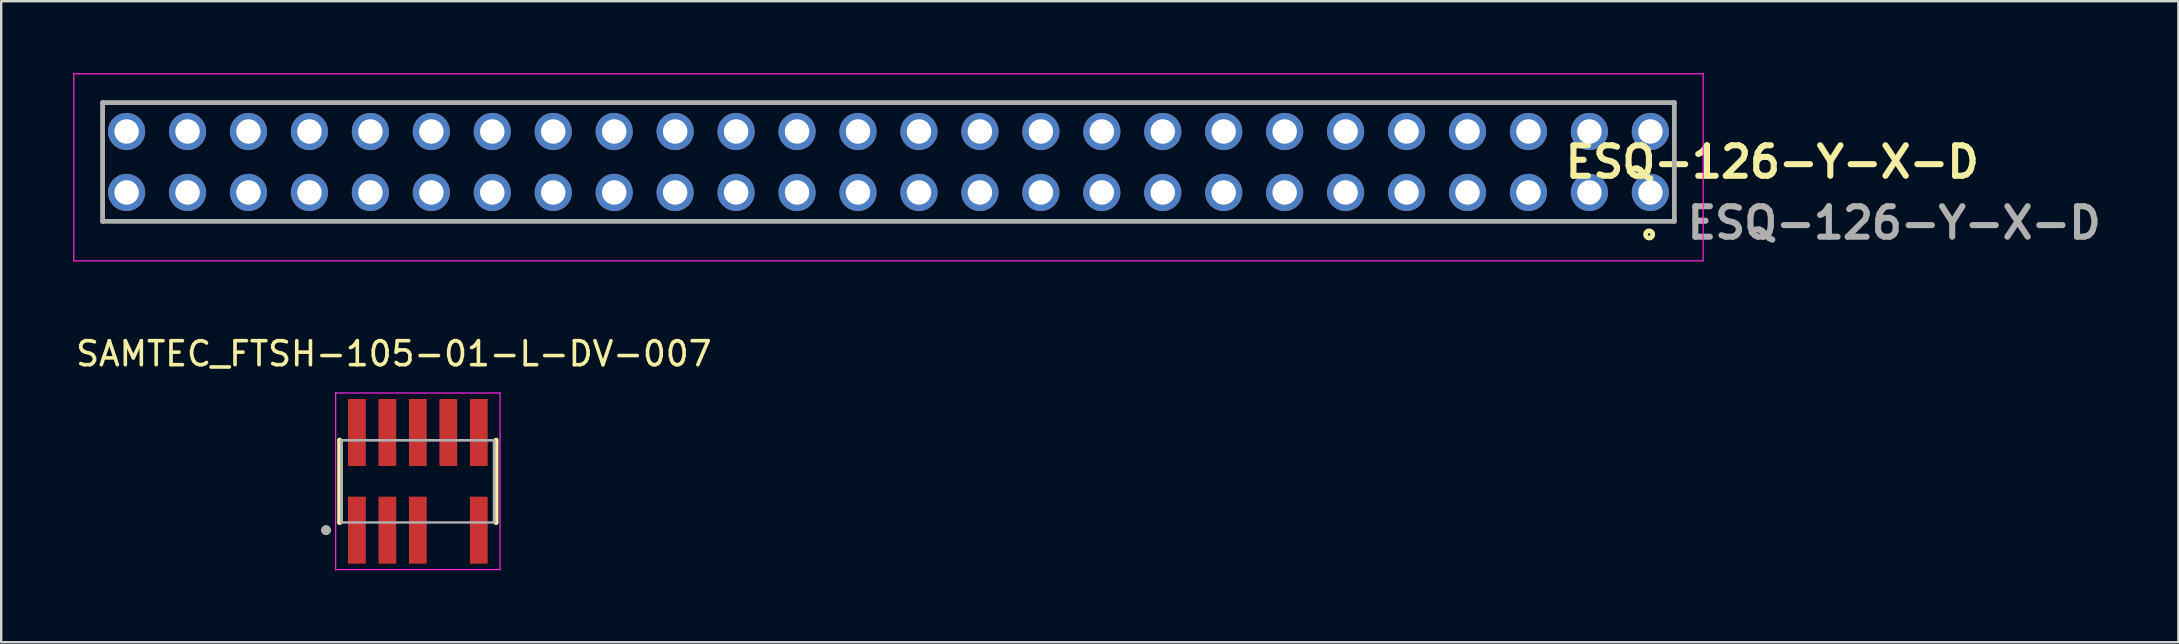
<source format=kicad_pcb>
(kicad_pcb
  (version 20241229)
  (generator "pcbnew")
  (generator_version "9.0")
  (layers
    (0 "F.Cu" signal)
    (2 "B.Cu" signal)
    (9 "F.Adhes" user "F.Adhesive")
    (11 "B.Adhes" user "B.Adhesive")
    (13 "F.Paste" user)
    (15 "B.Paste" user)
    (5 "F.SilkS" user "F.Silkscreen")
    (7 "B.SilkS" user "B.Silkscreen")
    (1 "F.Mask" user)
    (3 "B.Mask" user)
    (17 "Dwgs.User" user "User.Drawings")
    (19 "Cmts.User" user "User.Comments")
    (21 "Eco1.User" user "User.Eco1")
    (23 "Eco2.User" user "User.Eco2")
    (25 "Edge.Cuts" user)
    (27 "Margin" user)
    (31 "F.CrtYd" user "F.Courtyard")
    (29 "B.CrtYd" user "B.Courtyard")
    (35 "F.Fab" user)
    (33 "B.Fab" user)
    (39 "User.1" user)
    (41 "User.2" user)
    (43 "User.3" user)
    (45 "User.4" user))
  (footprint "ESQ-126-Y-X-D"
    (layer "F.Cu")
    (at 65.725 4.97)
    (property "Reference" "ESQ-126-Y-X-D" (at 5.08 -1.27 0) (layer "F.SilkS") (effects (font (size 1.27 1.27) (thickness 0.254))))
    (attr through_hole)
    (fp_line (start -64.5 -3.745) (end 1 -3.745) (stroke (width 0.1) (type solid)) (layer "F.SilkS"))
    (fp_line (start -64.5 1.205) (end -64.5 -3.745) (stroke (width 0.1) (type solid)) (layer "F.SilkS"))
    (fp_line (start 1 -3.745) (end 1 1.205) (stroke (width 0.1) (type solid)) (layer "F.SilkS"))
    (fp_line (start 1 1.205) (end -64.5 1.205) (stroke (width 0.1) (type solid)) (layer "F.SilkS"))
    (fp_circle (center -0.05 1.75) (end -0.05 1.8) (stroke (width 0.2) (type solid)) (fill no) (layer "F.SilkS"))
    (fp_line (start -65.7 -4.945) (end 2.2 -4.945) (stroke (width 0.05) (type solid)) (layer "F.CrtYd"))
    (fp_line (start -65.7 2.85) (end -65.7 -4.945) (stroke (width 0.05) (type solid)) (layer "F.CrtYd"))
    (fp_line (start 2.2 -4.945) (end 2.2 2.85) (stroke (width 0.05) (type solid)) (layer "F.CrtYd"))
    (fp_line (start 2.2 2.85) (end -65.7 2.85) (stroke (width 0.05) (type solid)) (layer "F.CrtYd"))
    (fp_line (start -64.5 -3.745) (end 1 -3.745) (stroke (width 0.2) (type solid)) (layer "F.Fab"))
    (fp_line (start -64.5 1.205) (end -64.5 -3.745) (stroke (width 0.2) (type solid)) (layer "F.Fab"))
    (fp_line (start 1 -3.745) (end 1 1.205) (stroke (width 0.2) (type solid)) (layer "F.Fab"))
    (fp_line (start 1 1.205) (end -64.5 1.205) (stroke (width 0.2) (type solid)) (layer "F.Fab"))
    (fp_text user "${REFERENCE}" (at 10.16 1.27 0) (layer "F.Fab") (effects (font (size 1.27 1.27) (thickness 0.254))))
    (pad "1" thru_hole circle (at 0 0) (size 1.55 1.55) (drill 1.02) (layers "*.Cu" "*.Mask"))
    (pad "2" thru_hole circle (at 0 -2.54) (size 1.55 1.55) (drill 1.02) (layers "*.Cu" "*.Mask"))
    (pad "3" thru_hole circle (at -2.54 0) (size 1.55 1.55) (drill 1.02) (layers "*.Cu" "*.Mask"))
    (pad "4" thru_hole circle (at -2.54 -2.54) (size 1.55 1.55) (drill 1.02) (layers "*.Cu" "*.Mask"))
    (pad "5" thru_hole circle (at -5.08 0) (size 1.55 1.55) (drill 1.02) (layers "*.Cu" "*.Mask"))
    (pad "6" thru_hole circle (at -5.08 -2.54) (size 1.55 1.55) (drill 1.02) (layers "*.Cu" "*.Mask"))
    (pad "7" thru_hole circle (at -7.62 0) (size 1.55 1.55) (drill 1.02) (layers "*.Cu" "*.Mask"))
    (pad "8" thru_hole circle (at -7.62 -2.54) (size 1.55 1.55) (drill 1.02) (layers "*.Cu" "*.Mask"))
    (pad "9" thru_hole circle (at -10.16 0) (size 1.55 1.55) (drill 1.02) (layers "*.Cu" "*.Mask"))
    (pad "10" thru_hole circle (at -10.16 -2.54) (size 1.55 1.55) (drill 1.02) (layers "*.Cu" "*.Mask"))
    (pad "11" thru_hole circle (at -12.7 0) (size 1.55 1.55) (drill 1.02) (layers "*.Cu" "*.Mask"))
    (pad "12" thru_hole circle (at -12.7 -2.54) (size 1.55 1.55) (drill 1.02) (layers "*.Cu" "*.Mask"))
    (pad "13" thru_hole circle (at -15.24 0) (size 1.55 1.55) (drill 1.02) (layers "*.Cu" "*.Mask"))
    (pad "14" thru_hole circle (at -15.24 -2.54) (size 1.55 1.55) (drill 1.02) (layers "*.Cu" "*.Mask"))
    (pad "15" thru_hole circle (at -17.78 0) (size 1.55 1.55) (drill 1.02) (layers "*.Cu" "*.Mask"))
    (pad "16" thru_hole circle (at -17.78 -2.54) (size 1.55 1.55) (drill 1.02) (layers "*.Cu" "*.Mask"))
    (pad "17" thru_hole circle (at -20.32 0) (size 1.55 1.55) (drill 1.02) (layers "*.Cu" "*.Mask"))
    (pad "18" thru_hole circle (at -20.32 -2.54) (size 1.55 1.55) (drill 1.02) (layers "*.Cu" "*.Mask"))
    (pad "19" thru_hole circle (at -22.86 0) (size 1.55 1.55) (drill 1.02) (layers "*.Cu" "*.Mask"))
    (pad "20" thru_hole circle (at -22.86 -2.54) (size 1.55 1.55) (drill 1.02) (layers "*.Cu" "*.Mask"))
    (pad "21" thru_hole circle (at -25.4 0) (size 1.55 1.55) (drill 1.02) (layers "*.Cu" "*.Mask"))
    (pad "22" thru_hole circle (at -25.4 -2.54) (size 1.55 1.55) (drill 1.02) (layers "*.Cu" "*.Mask"))
    (pad "23" thru_hole circle (at -27.94 0) (size 1.55 1.55) (drill 1.02) (layers "*.Cu" "*.Mask"))
    (pad "24" thru_hole circle (at -27.94 -2.54) (size 1.55 1.55) (drill 1.02) (layers "*.Cu" "*.Mask"))
    (pad "25" thru_hole circle (at -30.48 0) (size 1.55 1.55) (drill 1.02) (layers "*.Cu" "*.Mask"))
    (pad "26" thru_hole circle (at -30.48 -2.54) (size 1.55 1.55) (drill 1.02) (layers "*.Cu" "*.Mask"))
    (pad "27" thru_hole circle (at -33.02 0) (size 1.55 1.55) (drill 1.02) (layers "*.Cu" "*.Mask"))
    (pad "28" thru_hole circle (at -33.02 -2.54) (size 1.55 1.55) (drill 1.02) (layers "*.Cu" "*.Mask"))
    (pad "29" thru_hole circle (at -35.56 0) (size 1.55 1.55) (drill 1.02) (layers "*.Cu" "*.Mask"))
    (pad "30" thru_hole circle (at -35.56 -2.54) (size 1.55 1.55) (drill 1.02) (layers "*.Cu" "*.Mask"))
    (pad "31" thru_hole circle (at -38.1 0) (size 1.55 1.55) (drill 1.02) (layers "*.Cu" "*.Mask"))
    (pad "32" thru_hole circle (at -38.1 -2.54) (size 1.55 1.55) (drill 1.02) (layers "*.Cu" "*.Mask"))
    (pad "33" thru_hole circle (at -40.64 0) (size 1.55 1.55) (drill 1.02) (layers "*.Cu" "*.Mask"))
    (pad "34" thru_hole circle (at -40.64 -2.54) (size 1.55 1.55) (drill 1.02) (layers "*.Cu" "*.Mask"))
    (pad "35" thru_hole circle (at -43.18 0) (size 1.55 1.55) (drill 1.02) (layers "*.Cu" "*.Mask"))
    (pad "36" thru_hole circle (at -43.18 -2.54) (size 1.55 1.55) (drill 1.02) (layers "*.Cu" "*.Mask"))
    (pad "37" thru_hole circle (at -45.72 0) (size 1.55 1.55) (drill 1.02) (layers "*.Cu" "*.Mask"))
    (pad "38" thru_hole circle (at -45.72 -2.54) (size 1.55 1.55) (drill 1.02) (layers "*.Cu" "*.Mask"))
    (pad "39" thru_hole circle (at -48.26 0) (size 1.55 1.55) (drill 1.02) (layers "*.Cu" "*.Mask"))
    (pad "40" thru_hole circle (at -48.26 -2.54) (size 1.55 1.55) (drill 1.02) (layers "*.Cu" "*.Mask"))
    (pad "41" thru_hole circle (at -50.8 0) (size 1.55 1.55) (drill 1.02) (layers "*.Cu" "*.Mask"))
    (pad "42" thru_hole circle (at -50.8 -2.54) (size 1.55 1.55) (drill 1.02) (layers "*.Cu" "*.Mask"))
    (pad "43" thru_hole circle (at -53.34 0) (size 1.55 1.55) (drill 1.02) (layers "*.Cu" "*.Mask"))
    (pad "44" thru_hole circle (at -53.34 -2.54) (size 1.55 1.55) (drill 1.02) (layers "*.Cu" "*.Mask"))
    (pad "45" thru_hole circle (at -55.88 0) (size 1.55 1.55) (drill 1.02) (layers "*.Cu" "*.Mask"))
    (pad "46" thru_hole circle (at -55.88 -2.54) (size 1.55 1.55) (drill 1.02) (layers "*.Cu" "*.Mask"))
    (pad "47" thru_hole circle (at -58.42 0) (size 1.55 1.55) (drill 1.02) (layers "*.Cu" "*.Mask"))
    (pad "48" thru_hole circle (at -58.42 -2.54) (size 1.55 1.55) (drill 1.02) (layers "*.Cu" "*.Mask"))
    (pad "49" thru_hole circle (at -60.96 0) (size 1.55 1.55) (drill 1.02) (layers "*.Cu" "*.Mask"))
    (pad "50" thru_hole circle (at -60.96 -2.54) (size 1.55 1.55) (drill 1.02) (layers "*.Cu" "*.Mask"))
    (pad "51" thru_hole circle (at -63.5 0) (size 1.55 1.55) (drill 1.02) (layers "*.Cu" "*.Mask"))
    (pad "52" thru_hole circle (at -63.5 -2.54) (size 1.55 1.55) (drill 1.02) (layers "*.Cu" "*.Mask")))
  (footprint "SAMTEC_FTSH-105-01-L-DV-007"
    (layer "F.Cu")
    (at 14.363 17.008)
    (property "Reference" "SAMTEC_FTSH-105-01-L-DV-007" (at -1 -5.315 0) (layer "F.SilkS") (effects (font (size 1 1) (thickness 0.15))))
    (attr smd)
    (fp_line (start -3.26 -1.715) (end -3.26 -1.715) (stroke (width 0.2) (type solid)) (layer "F.SilkS"))
    (fp_line (start -3.26 1.715) (end -3.26 -1.715) (stroke (width 0.2) (type solid)) (layer "F.SilkS"))
    (fp_line (start -3.26 1.715) (end -3.26 1.715) (stroke (width 0.2) (type solid)) (layer "F.SilkS"))
    (fp_line (start 3.26 -1.715) (end 3.26 -1.715) (stroke (width 0.2) (type solid)) (layer "F.SilkS"))
    (fp_line (start 3.26 -1.715) (end 3.26 1.715) (stroke (width 0.2) (type solid)) (layer "F.SilkS"))
    (fp_line (start 3.26 1.715) (end 3.26 1.715) (stroke (width 0.2) (type solid)) (layer "F.SilkS"))
    (fp_circle (center -3.825 2.035) (end -3.725 2.035) (stroke (width 0.2) (type solid)) (fill no) (layer "F.SilkS"))
    (fp_line (start -3.425 -3.68) (end 3.425 -3.68) (stroke (width 0.05) (type solid)) (layer "F.CrtYd"))
    (fp_line (start -3.425 3.68) (end -3.425 -3.68) (stroke (width 0.05) (type solid)) (layer "F.CrtYd"))
    (fp_line (start 3.425 -3.68) (end 3.425 3.68) (stroke (width 0.05) (type solid)) (layer "F.CrtYd"))
    (fp_line (start 3.425 3.68) (end -3.425 3.68) (stroke (width 0.05) (type solid)) (layer "F.CrtYd"))
    (fp_line (start -3.175 -1.715) (end 3.175 -1.715) (stroke (width 0.1) (type solid)) (layer "F.Fab"))
    (fp_line (start -3.175 -1.715) (end 3.175 -1.715) (stroke (width 0.1) (type solid)) (layer "F.Fab"))
    (fp_line (start -3.175 1.715) (end -3.175 -1.715) (stroke (width 0.1) (type solid)) (layer "F.Fab"))
    (fp_line (start -3.175 1.715) (end -3.175 -1.715) (stroke (width 0.1) (type solid)) (layer "F.Fab"))
    (fp_line (start 3.175 -1.715) (end 3.175 1.715) (stroke (width 0.1) (type solid)) (layer "F.Fab"))
    (fp_line (start 3.175 -1.715) (end 3.175 1.715) (stroke (width 0.1) (type solid)) (layer "F.Fab"))
    (fp_line (start 3.175 1.715) (end -3.175 1.715) (stroke (width 0.1) (type solid)) (layer "F.Fab"))
    (fp_circle (center -3.825 2.035) (end -3.725 2.035) (stroke (width 0.2) (type solid)) (fill no) (layer "F.Fab"))
    (pad "01" smd rect (at -2.54 2.035) (size 0.74 2.79) (layers "F.Cu" "F.Mask" "F.Paste"))
    (pad "02" smd rect (at -2.54 -2.035) (size 0.74 2.79) (layers "F.Cu" "F.Mask" "F.Paste"))
    (pad "03" smd rect (at -1.27 2.035) (size 0.74 2.79) (layers "F.Cu" "F.Mask" "F.Paste"))
    (pad "04" smd rect (at -1.27 -2.035) (size 0.74 2.79) (layers "F.Cu" "F.Mask" "F.Paste"))
    (pad "05" smd rect (at 0 2.035) (size 0.74 2.79) (layers "F.Cu" "F.Mask" "F.Paste"))
    (pad "06" smd rect (at 0 -2.035) (size 0.74 2.79) (layers "F.Cu" "F.Mask" "F.Paste"))
    (pad "08" smd rect (at 1.27 -2.035) (size 0.74 2.79) (layers "F.Cu" "F.Mask" "F.Paste"))
    (pad "09" smd rect (at 2.54 2.035) (size 0.74 2.79) (layers "F.Cu" "F.Mask" "F.Paste"))
    (pad "10" smd rect (at 2.54 -2.035) (size 0.74 2.79) (layers "F.Cu" "F.Mask" "F.Paste")))
  (gr_rect
    (start -3 -3)
    (end 87.727 23.713)
    (stroke (width 0.1) (type default))
    (fill no)
    (layer "Edge.Cuts")))
</source>
